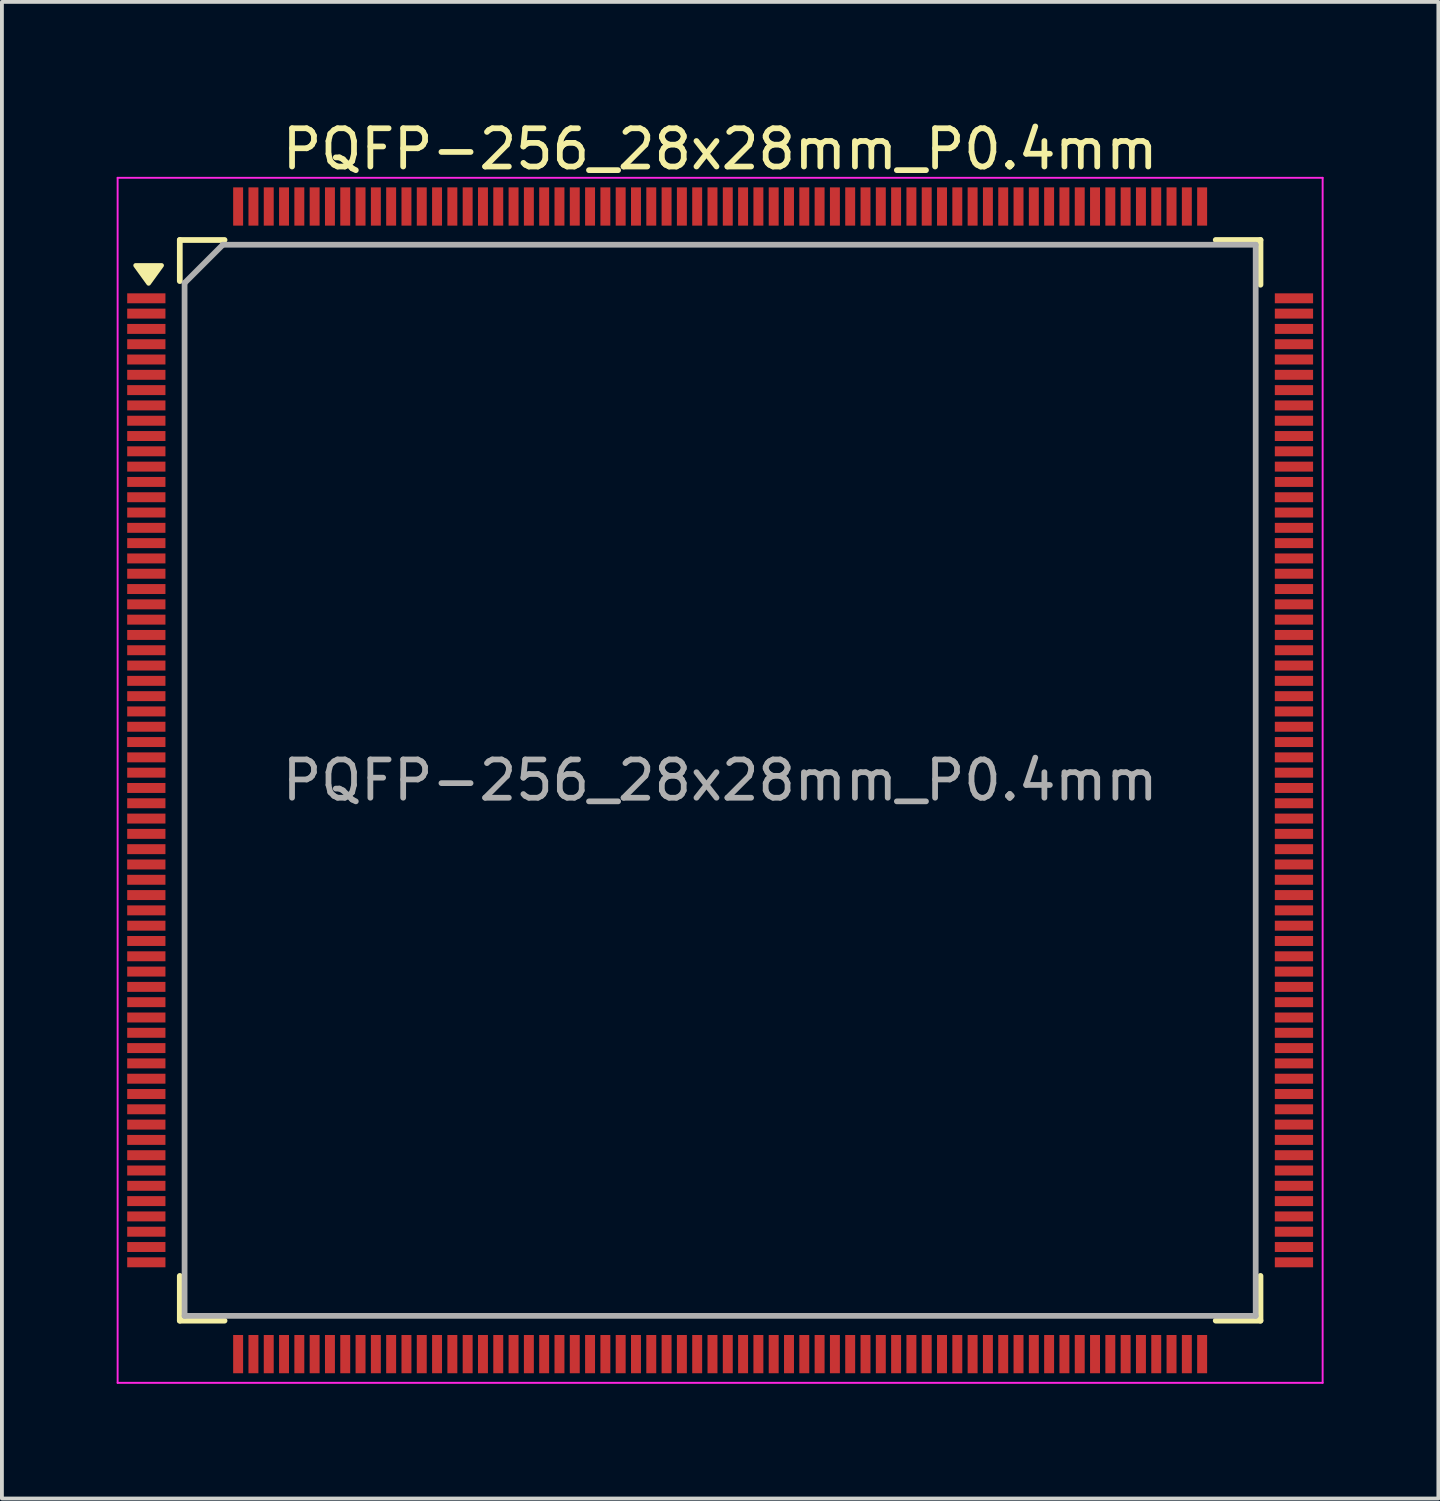
<source format=kicad_pcb>
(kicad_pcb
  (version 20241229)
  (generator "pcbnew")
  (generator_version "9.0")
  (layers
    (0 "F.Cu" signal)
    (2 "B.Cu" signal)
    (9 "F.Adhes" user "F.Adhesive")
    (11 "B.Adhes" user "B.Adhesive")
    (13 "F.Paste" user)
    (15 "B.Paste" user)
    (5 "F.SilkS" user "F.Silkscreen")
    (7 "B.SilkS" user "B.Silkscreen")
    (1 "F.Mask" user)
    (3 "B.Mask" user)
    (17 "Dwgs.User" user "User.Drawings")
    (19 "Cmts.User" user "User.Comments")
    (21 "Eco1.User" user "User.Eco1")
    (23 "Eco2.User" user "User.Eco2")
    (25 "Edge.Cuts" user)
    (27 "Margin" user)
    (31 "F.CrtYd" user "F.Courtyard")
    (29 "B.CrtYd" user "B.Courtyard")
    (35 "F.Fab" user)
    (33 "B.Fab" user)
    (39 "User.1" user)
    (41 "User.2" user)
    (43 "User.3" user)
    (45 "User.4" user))
  (footprint "PQFP-256_28x28mm_P0.4mm"
    (layer "F.Cu")
    (at 15.775 17.348)
    (property "Reference" "PQFP-256_28x28mm_P0.4mm" (at 0 -16.5 0) (layer "F.SilkS") (effects (font (size 1 1) (thickness 0.15))))
    (attr smd)
    (fp_line (start -14.125 -14.125) (end -14.125 -13.05) (stroke (width 0.15) (type solid)) (layer "F.SilkS"))
    (fp_line (start -14.125 -14.125) (end -12.955 -14.125) (stroke (width 0.15) (type solid)) (layer "F.SilkS"))
    (fp_line (start -14.125 14.125) (end -14.125 12.955) (stroke (width 0.15) (type solid)) (layer "F.SilkS"))
    (fp_line (start -14.125 14.125) (end -12.955 14.125) (stroke (width 0.15) (type solid)) (layer "F.SilkS"))
    (fp_line (start 14.125 -14.125) (end 12.955 -14.125) (stroke (width 0.15) (type solid)) (layer "F.SilkS"))
    (fp_line (start 14.125 -14.125) (end 14.125 -12.955) (stroke (width 0.15) (type solid)) (layer "F.SilkS"))
    (fp_line (start 14.125 14.125) (end 12.955 14.125) (stroke (width 0.15) (type solid)) (layer "F.SilkS"))
    (fp_line (start 14.125 14.125) (end 14.125 12.955) (stroke (width 0.15) (type solid)) (layer "F.SilkS"))
    (fp_poly (pts (xy -14.94 -12.99) (xy -15.28 -13.46) (xy -14.6 -13.46) (xy -14.94 -12.99)) (stroke (width 0.12) (type solid)) (fill yes) (layer "F.SilkS"))
    (fp_line (start -15.75 -15.75) (end -15.75 15.75) (stroke (width 0.05) (type solid)) (layer "F.CrtYd"))
    (fp_line (start -15.75 -15.75) (end 15.75 -15.75) (stroke (width 0.05) (type solid)) (layer "F.CrtYd"))
    (fp_line (start -15.75 15.75) (end 15.75 15.75) (stroke (width 0.05) (type solid)) (layer "F.CrtYd"))
    (fp_line (start 15.75 -15.75) (end 15.75 15.75) (stroke (width 0.05) (type solid)) (layer "F.CrtYd"))
    (fp_line (start -14 -13) (end -13 -14) (stroke (width 0.15) (type solid)) (layer "F.Fab"))
    (fp_line (start -14 14) (end -14 -13) (stroke (width 0.15) (type solid)) (layer "F.Fab"))
    (fp_line (start -13 -14) (end 14 -14) (stroke (width 0.15) (type solid)) (layer "F.Fab"))
    (fp_line (start 14 -14) (end 14 14) (stroke (width 0.15) (type solid)) (layer "F.Fab"))
    (fp_line (start 14 14) (end -14 14) (stroke (width 0.15) (type solid)) (layer "F.Fab"))
    (fp_text user "${REFERENCE}" (at 0 0 0) (layer "F.Fab") (effects (font (size 1 1) (thickness 0.15))))
    (pad "1" smd rect (at -15 -12.6) (size 1 0.26) (layers "F.Cu" "F.Mask" "F.Paste"))
    (pad "2" smd rect (at -15 -12.2) (size 1 0.26) (layers "F.Cu" "F.Mask" "F.Paste"))
    (pad "3" smd rect (at -15 -11.8) (size 1 0.26) (layers "F.Cu" "F.Mask" "F.Paste"))
    (pad "4" smd rect (at -15 -11.4) (size 1 0.26) (layers "F.Cu" "F.Mask" "F.Paste"))
    (pad "5" smd rect (at -15 -11) (size 1 0.26) (layers "F.Cu" "F.Mask" "F.Paste"))
    (pad "6" smd rect (at -15 -10.6) (size 1 0.26) (layers "F.Cu" "F.Mask" "F.Paste"))
    (pad "7" smd rect (at -15 -10.2) (size 1 0.26) (layers "F.Cu" "F.Mask" "F.Paste"))
    (pad "8" smd rect (at -15 -9.8) (size 1 0.26) (layers "F.Cu" "F.Mask" "F.Paste"))
    (pad "9" smd rect (at -15 -9.4) (size 1 0.26) (layers "F.Cu" "F.Mask" "F.Paste"))
    (pad "10" smd rect (at -15 -9) (size 1 0.26) (layers "F.Cu" "F.Mask" "F.Paste"))
    (pad "11" smd rect (at -15 -8.6) (size 1 0.26) (layers "F.Cu" "F.Mask" "F.Paste"))
    (pad "12" smd rect (at -15 -8.2) (size 1 0.26) (layers "F.Cu" "F.Mask" "F.Paste"))
    (pad "13" smd rect (at -15 -7.8) (size 1 0.26) (layers "F.Cu" "F.Mask" "F.Paste"))
    (pad "14" smd rect (at -15 -7.4) (size 1 0.26) (layers "F.Cu" "F.Mask" "F.Paste"))
    (pad "15" smd rect (at -15 -7) (size 1 0.26) (layers "F.Cu" "F.Mask" "F.Paste"))
    (pad "16" smd rect (at -15 -6.6) (size 1 0.26) (layers "F.Cu" "F.Mask" "F.Paste"))
    (pad "17" smd rect (at -15 -6.2) (size 1 0.26) (layers "F.Cu" "F.Mask" "F.Paste"))
    (pad "18" smd rect (at -15 -5.8) (size 1 0.26) (layers "F.Cu" "F.Mask" "F.Paste"))
    (pad "19" smd rect (at -15 -5.4) (size 1 0.26) (layers "F.Cu" "F.Mask" "F.Paste"))
    (pad "20" smd rect (at -15 -5) (size 1 0.26) (layers "F.Cu" "F.Mask" "F.Paste"))
    (pad "21" smd rect (at -15 -4.6) (size 1 0.26) (layers "F.Cu" "F.Mask" "F.Paste"))
    (pad "22" smd rect (at -15 -4.2) (size 1 0.26) (layers "F.Cu" "F.Mask" "F.Paste"))
    (pad "23" smd rect (at -15 -3.8) (size 1 0.26) (layers "F.Cu" "F.Mask" "F.Paste"))
    (pad "24" smd rect (at -15 -3.4) (size 1 0.26) (layers "F.Cu" "F.Mask" "F.Paste"))
    (pad "25" smd rect (at -15 -3) (size 1 0.26) (layers "F.Cu" "F.Mask" "F.Paste"))
    (pad "26" smd rect (at -15 -2.6) (size 1 0.26) (layers "F.Cu" "F.Mask" "F.Paste"))
    (pad "27" smd rect (at -15 -2.2) (size 1 0.26) (layers "F.Cu" "F.Mask" "F.Paste"))
    (pad "28" smd rect (at -15 -1.8) (size 1 0.26) (layers "F.Cu" "F.Mask" "F.Paste"))
    (pad "29" smd rect (at -15 -1.4) (size 1 0.26) (layers "F.Cu" "F.Mask" "F.Paste"))
    (pad "30" smd rect (at -15 -1) (size 1 0.26) (layers "F.Cu" "F.Mask" "F.Paste"))
    (pad "31" smd rect (at -15 -0.6) (size 1 0.26) (layers "F.Cu" "F.Mask" "F.Paste"))
    (pad "32" smd rect (at -15 -0.2) (size 1 0.26) (layers "F.Cu" "F.Mask" "F.Paste"))
    (pad "33" smd rect (at -15 0.2) (size 1 0.26) (layers "F.Cu" "F.Mask" "F.Paste"))
    (pad "34" smd rect (at -15 0.6) (size 1 0.26) (layers "F.Cu" "F.Mask" "F.Paste"))
    (pad "35" smd rect (at -15 1) (size 1 0.26) (layers "F.Cu" "F.Mask" "F.Paste"))
    (pad "36" smd rect (at -15 1.4) (size 1 0.26) (layers "F.Cu" "F.Mask" "F.Paste"))
    (pad "37" smd rect (at -15 1.8) (size 1 0.26) (layers "F.Cu" "F.Mask" "F.Paste"))
    (pad "38" smd rect (at -15 2.2) (size 1 0.26) (layers "F.Cu" "F.Mask" "F.Paste"))
    (pad "39" smd rect (at -15 2.6) (size 1 0.26) (layers "F.Cu" "F.Mask" "F.Paste"))
    (pad "40" smd rect (at -15 3) (size 1 0.26) (layers "F.Cu" "F.Mask" "F.Paste"))
    (pad "41" smd rect (at -15 3.4) (size 1 0.26) (layers "F.Cu" "F.Mask" "F.Paste"))
    (pad "42" smd rect (at -15 3.8) (size 1 0.26) (layers "F.Cu" "F.Mask" "F.Paste"))
    (pad "43" smd rect (at -15 4.2) (size 1 0.26) (layers "F.Cu" "F.Mask" "F.Paste"))
    (pad "44" smd rect (at -15 4.6) (size 1 0.26) (layers "F.Cu" "F.Mask" "F.Paste"))
    (pad "45" smd rect (at -15 5) (size 1 0.26) (layers "F.Cu" "F.Mask" "F.Paste"))
    (pad "46" smd rect (at -15 5.4) (size 1 0.26) (layers "F.Cu" "F.Mask" "F.Paste"))
    (pad "47" smd rect (at -15 5.8) (size 1 0.26) (layers "F.Cu" "F.Mask" "F.Paste"))
    (pad "48" smd rect (at -15 6.2) (size 1 0.26) (layers "F.Cu" "F.Mask" "F.Paste"))
    (pad "49" smd rect (at -15 6.6) (size 1 0.26) (layers "F.Cu" "F.Mask" "F.Paste"))
    (pad "50" smd rect (at -15 7) (size 1 0.26) (layers "F.Cu" "F.Mask" "F.Paste"))
    (pad "51" smd rect (at -15 7.4) (size 1 0.26) (layers "F.Cu" "F.Mask" "F.Paste"))
    (pad "52" smd rect (at -15 7.8) (size 1 0.26) (layers "F.Cu" "F.Mask" "F.Paste"))
    (pad "53" smd rect (at -15 8.2) (size 1 0.26) (layers "F.Cu" "F.Mask" "F.Paste"))
    (pad "54" smd rect (at -15 8.6) (size 1 0.26) (layers "F.Cu" "F.Mask" "F.Paste"))
    (pad "55" smd rect (at -15 9) (size 1 0.26) (layers "F.Cu" "F.Mask" "F.Paste"))
    (pad "56" smd rect (at -15 9.4) (size 1 0.26) (layers "F.Cu" "F.Mask" "F.Paste"))
    (pad "57" smd rect (at -15 9.8) (size 1 0.26) (layers "F.Cu" "F.Mask" "F.Paste"))
    (pad "58" smd rect (at -15 10.2) (size 1 0.26) (layers "F.Cu" "F.Mask" "F.Paste"))
    (pad "59" smd rect (at -15 10.6) (size 1 0.26) (layers "F.Cu" "F.Mask" "F.Paste"))
    (pad "60" smd rect (at -15 11) (size 1 0.26) (layers "F.Cu" "F.Mask" "F.Paste"))
    (pad "61" smd rect (at -15 11.4) (size 1 0.26) (layers "F.Cu" "F.Mask" "F.Paste"))
    (pad "62" smd rect (at -15 11.8) (size 1 0.26) (layers "F.Cu" "F.Mask" "F.Paste"))
    (pad "63" smd rect (at -15 12.2) (size 1 0.26) (layers "F.Cu" "F.Mask" "F.Paste"))
    (pad "64" smd rect (at -15 12.6) (size 1 0.26) (layers "F.Cu" "F.Mask" "F.Paste"))
    (pad "65" smd rect (at -12.6 15 90) (size 1 0.26) (layers "F.Cu" "F.Mask" "F.Paste"))
    (pad "66" smd rect (at -12.2 15 90) (size 1 0.26) (layers "F.Cu" "F.Mask" "F.Paste"))
    (pad "67" smd rect (at -11.8 15 90) (size 1 0.26) (layers "F.Cu" "F.Mask" "F.Paste"))
    (pad "68" smd rect (at -11.4 15 90) (size 1 0.26) (layers "F.Cu" "F.Mask" "F.Paste"))
    (pad "69" smd rect (at -11 15 90) (size 1 0.26) (layers "F.Cu" "F.Mask" "F.Paste"))
    (pad "70" smd rect (at -10.6 15 90) (size 1 0.26) (layers "F.Cu" "F.Mask" "F.Paste"))
    (pad "71" smd rect (at -10.2 15 90) (size 1 0.26) (layers "F.Cu" "F.Mask" "F.Paste"))
    (pad "72" smd rect (at -9.8 15 90) (size 1 0.26) (layers "F.Cu" "F.Mask" "F.Paste"))
    (pad "73" smd rect (at -9.4 15 90) (size 1 0.26) (layers "F.Cu" "F.Mask" "F.Paste"))
    (pad "74" smd rect (at -9 15 90) (size 1 0.26) (layers "F.Cu" "F.Mask" "F.Paste"))
    (pad "75" smd rect (at -8.6 15 90) (size 1 0.26) (layers "F.Cu" "F.Mask" "F.Paste"))
    (pad "76" smd rect (at -8.2 15 90) (size 1 0.26) (layers "F.Cu" "F.Mask" "F.Paste"))
    (pad "77" smd rect (at -7.8 15 90) (size 1 0.26) (layers "F.Cu" "F.Mask" "F.Paste"))
    (pad "78" smd rect (at -7.4 15 90) (size 1 0.26) (layers "F.Cu" "F.Mask" "F.Paste"))
    (pad "79" smd rect (at -7 15 90) (size 1 0.26) (layers "F.Cu" "F.Mask" "F.Paste"))
    (pad "80" smd rect (at -6.6 15 90) (size 1 0.26) (layers "F.Cu" "F.Mask" "F.Paste"))
    (pad "81" smd rect (at -6.2 15 90) (size 1 0.26) (layers "F.Cu" "F.Mask" "F.Paste"))
    (pad "82" smd rect (at -5.8 15 90) (size 1 0.26) (layers "F.Cu" "F.Mask" "F.Paste"))
    (pad "83" smd rect (at -5.4 15 90) (size 1 0.26) (layers "F.Cu" "F.Mask" "F.Paste"))
    (pad "84" smd rect (at -5 15 90) (size 1 0.26) (layers "F.Cu" "F.Mask" "F.Paste"))
    (pad "85" smd rect (at -4.6 15 90) (size 1 0.26) (layers "F.Cu" "F.Mask" "F.Paste"))
    (pad "86" smd rect (at -4.2 15 90) (size 1 0.26) (layers "F.Cu" "F.Mask" "F.Paste"))
    (pad "87" smd rect (at -3.8 15 90) (size 1 0.26) (layers "F.Cu" "F.Mask" "F.Paste"))
    (pad "88" smd rect (at -3.4 15 90) (size 1 0.26) (layers "F.Cu" "F.Mask" "F.Paste"))
    (pad "89" smd rect (at -3 15 90) (size 1 0.26) (layers "F.Cu" "F.Mask" "F.Paste"))
    (pad "90" smd rect (at -2.6 15 90) (size 1 0.26) (layers "F.Cu" "F.Mask" "F.Paste"))
    (pad "91" smd rect (at -2.2 15 90) (size 1 0.26) (layers "F.Cu" "F.Mask" "F.Paste"))
    (pad "92" smd rect (at -1.8 15 90) (size 1 0.26) (layers "F.Cu" "F.Mask" "F.Paste"))
    (pad "93" smd rect (at -1.4 15 90) (size 1 0.26) (layers "F.Cu" "F.Mask" "F.Paste"))
    (pad "94" smd rect (at -1 15 90) (size 1 0.26) (layers "F.Cu" "F.Mask" "F.Paste"))
    (pad "95" smd rect (at -0.6 15 90) (size 1 0.26) (layers "F.Cu" "F.Mask" "F.Paste"))
    (pad "96" smd rect (at -0.2 15 90) (size 1 0.26) (layers "F.Cu" "F.Mask" "F.Paste"))
    (pad "97" smd rect (at 0.2 15 90) (size 1 0.26) (layers "F.Cu" "F.Mask" "F.Paste"))
    (pad "98" smd rect (at 0.6 15 90) (size 1 0.26) (layers "F.Cu" "F.Mask" "F.Paste"))
    (pad "99" smd rect (at 1 15 90) (size 1 0.26) (layers "F.Cu" "F.Mask" "F.Paste"))
    (pad "100" smd rect (at 1.4 15 90) (size 1 0.26) (layers "F.Cu" "F.Mask" "F.Paste"))
    (pad "101" smd rect (at 1.8 15 90) (size 1 0.26) (layers "F.Cu" "F.Mask" "F.Paste"))
    (pad "102" smd rect (at 2.2 15 90) (size 1 0.26) (layers "F.Cu" "F.Mask" "F.Paste"))
    (pad "103" smd rect (at 2.6 15 90) (size 1 0.26) (layers "F.Cu" "F.Mask" "F.Paste"))
    (pad "104" smd rect (at 3 15 90) (size 1 0.26) (layers "F.Cu" "F.Mask" "F.Paste"))
    (pad "105" smd rect (at 3.4 15 90) (size 1 0.26) (layers "F.Cu" "F.Mask" "F.Paste"))
    (pad "106" smd rect (at 3.8 15 90) (size 1 0.26) (layers "F.Cu" "F.Mask" "F.Paste"))
    (pad "107" smd rect (at 4.2 15 90) (size 1 0.26) (layers "F.Cu" "F.Mask" "F.Paste"))
    (pad "108" smd rect (at 4.6 15 90) (size 1 0.26) (layers "F.Cu" "F.Mask" "F.Paste"))
    (pad "109" smd rect (at 5 15 90) (size 1 0.26) (layers "F.Cu" "F.Mask" "F.Paste"))
    (pad "110" smd rect (at 5.4 15 90) (size 1 0.26) (layers "F.Cu" "F.Mask" "F.Paste"))
    (pad "111" smd rect (at 5.8 15 90) (size 1 0.26) (layers "F.Cu" "F.Mask" "F.Paste"))
    (pad "112" smd rect (at 6.2 15 90) (size 1 0.26) (layers "F.Cu" "F.Mask" "F.Paste"))
    (pad "113" smd rect (at 6.6 15 90) (size 1 0.26) (layers "F.Cu" "F.Mask" "F.Paste"))
    (pad "114" smd rect (at 7 15 90) (size 1 0.26) (layers "F.Cu" "F.Mask" "F.Paste"))
    (pad "115" smd rect (at 7.4 15 90) (size 1 0.26) (layers "F.Cu" "F.Mask" "F.Paste"))
    (pad "116" smd rect (at 7.8 15 90) (size 1 0.26) (layers "F.Cu" "F.Mask" "F.Paste"))
    (pad "117" smd rect (at 8.2 15 90) (size 1 0.26) (layers "F.Cu" "F.Mask" "F.Paste"))
    (pad "118" smd rect (at 8.6 15 90) (size 1 0.26) (layers "F.Cu" "F.Mask" "F.Paste"))
    (pad "119" smd rect (at 9 15 90) (size 1 0.26) (layers "F.Cu" "F.Mask" "F.Paste"))
    (pad "120" smd rect (at 9.4 15 90) (size 1 0.26) (layers "F.Cu" "F.Mask" "F.Paste"))
    (pad "121" smd rect (at 9.8 15 90) (size 1 0.26) (layers "F.Cu" "F.Mask" "F.Paste"))
    (pad "122" smd rect (at 10.2 15 90) (size 1 0.26) (layers "F.Cu" "F.Mask" "F.Paste"))
    (pad "123" smd rect (at 10.6 15 90) (size 1 0.26) (layers "F.Cu" "F.Mask" "F.Paste"))
    (pad "124" smd rect (at 11 15 90) (size 1 0.26) (layers "F.Cu" "F.Mask" "F.Paste"))
    (pad "125" smd rect (at 11.4 15 90) (size 1 0.26) (layers "F.Cu" "F.Mask" "F.Paste"))
    (pad "126" smd rect (at 11.8 15 90) (size 1 0.26) (layers "F.Cu" "F.Mask" "F.Paste"))
    (pad "127" smd rect (at 12.2 15 90) (size 1 0.26) (layers "F.Cu" "F.Mask" "F.Paste"))
    (pad "128" smd rect (at 12.6 15 90) (size 1 0.26) (layers "F.Cu" "F.Mask" "F.Paste"))
    (pad "129" smd rect (at 15 12.6) (size 1 0.26) (layers "F.Cu" "F.Mask" "F.Paste"))
    (pad "130" smd rect (at 15 12.2) (size 1 0.26) (layers "F.Cu" "F.Mask" "F.Paste"))
    (pad "131" smd rect (at 15 11.8) (size 1 0.26) (layers "F.Cu" "F.Mask" "F.Paste"))
    (pad "132" smd rect (at 15 11.4) (size 1 0.26) (layers "F.Cu" "F.Mask" "F.Paste"))
    (pad "133" smd rect (at 15 11) (size 1 0.26) (layers "F.Cu" "F.Mask" "F.Paste"))
    (pad "134" smd rect (at 15 10.6) (size 1 0.26) (layers "F.Cu" "F.Mask" "F.Paste"))
    (pad "135" smd rect (at 15 10.2) (size 1 0.26) (layers "F.Cu" "F.Mask" "F.Paste"))
    (pad "136" smd rect (at 15 9.8) (size 1 0.26) (layers "F.Cu" "F.Mask" "F.Paste"))
    (pad "137" smd rect (at 15 9.4) (size 1 0.26) (layers "F.Cu" "F.Mask" "F.Paste"))
    (pad "138" smd rect (at 15 9) (size 1 0.26) (layers "F.Cu" "F.Mask" "F.Paste"))
    (pad "139" smd rect (at 15 8.6) (size 1 0.26) (layers "F.Cu" "F.Mask" "F.Paste"))
    (pad "140" smd rect (at 15 8.2) (size 1 0.26) (layers "F.Cu" "F.Mask" "F.Paste"))
    (pad "141" smd rect (at 15 7.8) (size 1 0.26) (layers "F.Cu" "F.Mask" "F.Paste"))
    (pad "142" smd rect (at 15 7.4) (size 1 0.26) (layers "F.Cu" "F.Mask" "F.Paste"))
    (pad "143" smd rect (at 15 7) (size 1 0.26) (layers "F.Cu" "F.Mask" "F.Paste"))
    (pad "144" smd rect (at 15 6.6) (size 1 0.26) (layers "F.Cu" "F.Mask" "F.Paste"))
    (pad "145" smd rect (at 15 6.2) (size 1 0.26) (layers "F.Cu" "F.Mask" "F.Paste"))
    (pad "146" smd rect (at 15 5.8) (size 1 0.26) (layers "F.Cu" "F.Mask" "F.Paste"))
    (pad "147" smd rect (at 15 5.4) (size 1 0.26) (layers "F.Cu" "F.Mask" "F.Paste"))
    (pad "148" smd rect (at 15 5) (size 1 0.26) (layers "F.Cu" "F.Mask" "F.Paste"))
    (pad "149" smd rect (at 15 4.6) (size 1 0.26) (layers "F.Cu" "F.Mask" "F.Paste"))
    (pad "150" smd rect (at 15 4.2) (size 1 0.26) (layers "F.Cu" "F.Mask" "F.Paste"))
    (pad "151" smd rect (at 15 3.8) (size 1 0.26) (layers "F.Cu" "F.Mask" "F.Paste"))
    (pad "152" smd rect (at 15 3.4) (size 1 0.26) (layers "F.Cu" "F.Mask" "F.Paste"))
    (pad "153" smd rect (at 15 3) (size 1 0.26) (layers "F.Cu" "F.Mask" "F.Paste"))
    (pad "154" smd rect (at 15 2.6) (size 1 0.26) (layers "F.Cu" "F.Mask" "F.Paste"))
    (pad "155" smd rect (at 15 2.2) (size 1 0.26) (layers "F.Cu" "F.Mask" "F.Paste"))
    (pad "156" smd rect (at 15 1.8) (size 1 0.26) (layers "F.Cu" "F.Mask" "F.Paste"))
    (pad "157" smd rect (at 15 1.4) (size 1 0.26) (layers "F.Cu" "F.Mask" "F.Paste"))
    (pad "158" smd rect (at 15 1) (size 1 0.26) (layers "F.Cu" "F.Mask" "F.Paste"))
    (pad "159" smd rect (at 15 0.6) (size 1 0.26) (layers "F.Cu" "F.Mask" "F.Paste"))
    (pad "160" smd rect (at 15 0.2) (size 1 0.26) (layers "F.Cu" "F.Mask" "F.Paste"))
    (pad "161" smd rect (at 15 -0.2) (size 1 0.26) (layers "F.Cu" "F.Mask" "F.Paste"))
    (pad "162" smd rect (at 15 -0.6) (size 1 0.26) (layers "F.Cu" "F.Mask" "F.Paste"))
    (pad "163" smd rect (at 15 -1) (size 1 0.26) (layers "F.Cu" "F.Mask" "F.Paste"))
    (pad "164" smd rect (at 15 -1.4) (size 1 0.26) (layers "F.Cu" "F.Mask" "F.Paste"))
    (pad "165" smd rect (at 15 -1.8) (size 1 0.26) (layers "F.Cu" "F.Mask" "F.Paste"))
    (pad "166" smd rect (at 15 -2.2) (size 1 0.26) (layers "F.Cu" "F.Mask" "F.Paste"))
    (pad "167" smd rect (at 15 -2.6) (size 1 0.26) (layers "F.Cu" "F.Mask" "F.Paste"))
    (pad "168" smd rect (at 15 -3) (size 1 0.26) (layers "F.Cu" "F.Mask" "F.Paste"))
    (pad "169" smd rect (at 15 -3.4) (size 1 0.26) (layers "F.Cu" "F.Mask" "F.Paste"))
    (pad "170" smd rect (at 15 -3.8) (size 1 0.26) (layers "F.Cu" "F.Mask" "F.Paste"))
    (pad "171" smd rect (at 15 -4.2) (size 1 0.26) (layers "F.Cu" "F.Mask" "F.Paste"))
    (pad "172" smd rect (at 15 -4.6) (size 1 0.26) (layers "F.Cu" "F.Mask" "F.Paste"))
    (pad "173" smd rect (at 15 -5) (size 1 0.26) (layers "F.Cu" "F.Mask" "F.Paste"))
    (pad "174" smd rect (at 15 -5.4) (size 1 0.26) (layers "F.Cu" "F.Mask" "F.Paste"))
    (pad "175" smd rect (at 15 -5.8) (size 1 0.26) (layers "F.Cu" "F.Mask" "F.Paste"))
    (pad "176" smd rect (at 15 -6.2) (size 1 0.26) (layers "F.Cu" "F.Mask" "F.Paste"))
    (pad "177" smd rect (at 15 -6.6) (size 1 0.26) (layers "F.Cu" "F.Mask" "F.Paste"))
    (pad "178" smd rect (at 15 -7) (size 1 0.26) (layers "F.Cu" "F.Mask" "F.Paste"))
    (pad "179" smd rect (at 15 -7.4) (size 1 0.26) (layers "F.Cu" "F.Mask" "F.Paste"))
    (pad "180" smd rect (at 15 -7.8) (size 1 0.26) (layers "F.Cu" "F.Mask" "F.Paste"))
    (pad "181" smd rect (at 15 -8.2) (size 1 0.26) (layers "F.Cu" "F.Mask" "F.Paste"))
    (pad "182" smd rect (at 15 -8.6) (size 1 0.26) (layers "F.Cu" "F.Mask" "F.Paste"))
    (pad "183" smd rect (at 15 -9) (size 1 0.26) (layers "F.Cu" "F.Mask" "F.Paste"))
    (pad "184" smd rect (at 15 -9.4) (size 1 0.26) (layers "F.Cu" "F.Mask" "F.Paste"))
    (pad "185" smd rect (at 15 -9.8) (size 1 0.26) (layers "F.Cu" "F.Mask" "F.Paste"))
    (pad "186" smd rect (at 15 -10.2) (size 1 0.26) (layers "F.Cu" "F.Mask" "F.Paste"))
    (pad "187" smd rect (at 15 -10.6) (size 1 0.26) (layers "F.Cu" "F.Mask" "F.Paste"))
    (pad "188" smd rect (at 15 -11) (size 1 0.26) (layers "F.Cu" "F.Mask" "F.Paste"))
    (pad "189" smd rect (at 15 -11.4) (size 1 0.26) (layers "F.Cu" "F.Mask" "F.Paste"))
    (pad "190" smd rect (at 15 -11.8) (size 1 0.26) (layers "F.Cu" "F.Mask" "F.Paste"))
    (pad "191" smd rect (at 15 -12.2) (size 1 0.26) (layers "F.Cu" "F.Mask" "F.Paste"))
    (pad "192" smd rect (at 15 -12.6) (size 1 0.26) (layers "F.Cu" "F.Mask" "F.Paste"))
    (pad "193" smd rect (at 12.6 -15 90) (size 1 0.26) (layers "F.Cu" "F.Mask" "F.Paste"))
    (pad "194" smd rect (at 12.2 -15 90) (size 1 0.26) (layers "F.Cu" "F.Mask" "F.Paste"))
    (pad "195" smd rect (at 11.8 -15 90) (size 1 0.26) (layers "F.Cu" "F.Mask" "F.Paste"))
    (pad "196" smd rect (at 11.4 -15 90) (size 1 0.26) (layers "F.Cu" "F.Mask" "F.Paste"))
    (pad "197" smd rect (at 11 -15 90) (size 1 0.26) (layers "F.Cu" "F.Mask" "F.Paste"))
    (pad "198" smd rect (at 10.6 -15 90) (size 1 0.26) (layers "F.Cu" "F.Mask" "F.Paste"))
    (pad "199" smd rect (at 10.2 -15 90) (size 1 0.26) (layers "F.Cu" "F.Mask" "F.Paste"))
    (pad "200" smd rect (at 9.8 -15 90) (size 1 0.26) (layers "F.Cu" "F.Mask" "F.Paste"))
    (pad "201" smd rect (at 9.4 -15 90) (size 1 0.26) (layers "F.Cu" "F.Mask" "F.Paste"))
    (pad "202" smd rect (at 9 -15 90) (size 1 0.26) (layers "F.Cu" "F.Mask" "F.Paste"))
    (pad "203" smd rect (at 8.6 -15 90) (size 1 0.26) (layers "F.Cu" "F.Mask" "F.Paste"))
    (pad "204" smd rect (at 8.2 -15 90) (size 1 0.26) (layers "F.Cu" "F.Mask" "F.Paste"))
    (pad "205" smd rect (at 7.8 -15 90) (size 1 0.26) (layers "F.Cu" "F.Mask" "F.Paste"))
    (pad "206" smd rect (at 7.4 -15 90) (size 1 0.26) (layers "F.Cu" "F.Mask" "F.Paste"))
    (pad "207" smd rect (at 7 -15 90) (size 1 0.26) (layers "F.Cu" "F.Mask" "F.Paste"))
    (pad "208" smd rect (at 6.6 -15 90) (size 1 0.26) (layers "F.Cu" "F.Mask" "F.Paste"))
    (pad "209" smd rect (at 6.2 -15 90) (size 1 0.26) (layers "F.Cu" "F.Mask" "F.Paste"))
    (pad "210" smd rect (at 5.8 -15 90) (size 1 0.26) (layers "F.Cu" "F.Mask" "F.Paste"))
    (pad "211" smd rect (at 5.4 -15 90) (size 1 0.26) (layers "F.Cu" "F.Mask" "F.Paste"))
    (pad "212" smd rect (at 5 -15 90) (size 1 0.26) (layers "F.Cu" "F.Mask" "F.Paste"))
    (pad "213" smd rect (at 4.6 -15 90) (size 1 0.26) (layers "F.Cu" "F.Mask" "F.Paste"))
    (pad "214" smd rect (at 4.2 -15 90) (size 1 0.26) (layers "F.Cu" "F.Mask" "F.Paste"))
    (pad "215" smd rect (at 3.8 -15 90) (size 1 0.26) (layers "F.Cu" "F.Mask" "F.Paste"))
    (pad "216" smd rect (at 3.4 -15 90) (size 1 0.26) (layers "F.Cu" "F.Mask" "F.Paste"))
    (pad "217" smd rect (at 3 -15 90) (size 1 0.26) (layers "F.Cu" "F.Mask" "F.Paste"))
    (pad "218" smd rect (at 2.6 -15 90) (size 1 0.26) (layers "F.Cu" "F.Mask" "F.Paste"))
    (pad "219" smd rect (at 2.2 -15 90) (size 1 0.26) (layers "F.Cu" "F.Mask" "F.Paste"))
    (pad "220" smd rect (at 1.8 -15 90) (size 1 0.26) (layers "F.Cu" "F.Mask" "F.Paste"))
    (pad "221" smd rect (at 1.4 -15 90) (size 1 0.26) (layers "F.Cu" "F.Mask" "F.Paste"))
    (pad "222" smd rect (at 1 -15 90) (size 1 0.26) (layers "F.Cu" "F.Mask" "F.Paste"))
    (pad "223" smd rect (at 0.6 -15 90) (size 1 0.26) (layers "F.Cu" "F.Mask" "F.Paste"))
    (pad "224" smd rect (at 0.2 -15 90) (size 1 0.26) (layers "F.Cu" "F.Mask" "F.Paste"))
    (pad "225" smd rect (at -0.2 -15 90) (size 1 0.26) (layers "F.Cu" "F.Mask" "F.Paste"))
    (pad "226" smd rect (at -0.6 -15 90) (size 1 0.26) (layers "F.Cu" "F.Mask" "F.Paste"))
    (pad "227" smd rect (at -1 -15 90) (size 1 0.26) (layers "F.Cu" "F.Mask" "F.Paste"))
    (pad "228" smd rect (at -1.4 -15 90) (size 1 0.26) (layers "F.Cu" "F.Mask" "F.Paste"))
    (pad "229" smd rect (at -1.8 -15 90) (size 1 0.26) (layers "F.Cu" "F.Mask" "F.Paste"))
    (pad "230" smd rect (at -2.2 -15 90) (size 1 0.26) (layers "F.Cu" "F.Mask" "F.Paste"))
    (pad "231" smd rect (at -2.6 -15 90) (size 1 0.26) (layers "F.Cu" "F.Mask" "F.Paste"))
    (pad "232" smd rect (at -3 -15 90) (size 1 0.26) (layers "F.Cu" "F.Mask" "F.Paste"))
    (pad "233" smd rect (at -3.4 -15 90) (size 1 0.26) (layers "F.Cu" "F.Mask" "F.Paste"))
    (pad "234" smd rect (at -3.8 -15 90) (size 1 0.26) (layers "F.Cu" "F.Mask" "F.Paste"))
    (pad "235" smd rect (at -4.2 -15 90) (size 1 0.26) (layers "F.Cu" "F.Mask" "F.Paste"))
    (pad "236" smd rect (at -4.6 -15 90) (size 1 0.26) (layers "F.Cu" "F.Mask" "F.Paste"))
    (pad "237" smd rect (at -5 -15 90) (size 1 0.26) (layers "F.Cu" "F.Mask" "F.Paste"))
    (pad "238" smd rect (at -5.4 -15 90) (size 1 0.26) (layers "F.Cu" "F.Mask" "F.Paste"))
    (pad "239" smd rect (at -5.8 -15 90) (size 1 0.26) (layers "F.Cu" "F.Mask" "F.Paste"))
    (pad "240" smd rect (at -6.2 -15 90) (size 1 0.26) (layers "F.Cu" "F.Mask" "F.Paste"))
    (pad "241" smd rect (at -6.6 -15 90) (size 1 0.26) (layers "F.Cu" "F.Mask" "F.Paste"))
    (pad "242" smd rect (at -7 -15 90) (size 1 0.26) (layers "F.Cu" "F.Mask" "F.Paste"))
    (pad "243" smd rect (at -7.4 -15 90) (size 1 0.26) (layers "F.Cu" "F.Mask" "F.Paste"))
    (pad "244" smd rect (at -7.8 -15 90) (size 1 0.26) (layers "F.Cu" "F.Mask" "F.Paste"))
    (pad "245" smd rect (at -8.2 -15 90) (size 1 0.26) (layers "F.Cu" "F.Mask" "F.Paste"))
    (pad "246" smd rect (at -8.6 -15 90) (size 1 0.26) (layers "F.Cu" "F.Mask" "F.Paste"))
    (pad "247" smd rect (at -9 -15 90) (size 1 0.26) (layers "F.Cu" "F.Mask" "F.Paste"))
    (pad "248" smd rect (at -9.4 -15 90) (size 1 0.26) (layers "F.Cu" "F.Mask" "F.Paste"))
    (pad "249" smd rect (at -9.8 -15 90) (size 1 0.26) (layers "F.Cu" "F.Mask" "F.Paste"))
    (pad "250" smd rect (at -10.2 -15 90) (size 1 0.26) (layers "F.Cu" "F.Mask" "F.Paste"))
    (pad "251" smd rect (at -10.6 -15 90) (size 1 0.26) (layers "F.Cu" "F.Mask" "F.Paste"))
    (pad "252" smd rect (at -11 -15 90) (size 1 0.26) (layers "F.Cu" "F.Mask" "F.Paste"))
    (pad "253" smd rect (at -11.4 -15 90) (size 1 0.26) (layers "F.Cu" "F.Mask" "F.Paste"))
    (pad "254" smd rect (at -11.8 -15 90) (size 1 0.26) (layers "F.Cu" "F.Mask" "F.Paste"))
    (pad "255" smd rect (at -12.2 -15 90) (size 1 0.26) (layers "F.Cu" "F.Mask" "F.Paste"))
    (pad "256" smd rect (at -12.6 -15 90) (size 1 0.26) (layers "F.Cu" "F.Mask" "F.Paste")))
  (gr_rect
    (start -3 -3)
    (end 34.55 36.123)
    (stroke (width 0.1) (type default))
    (fill no)
    (layer "Edge.Cuts")))
</source>
